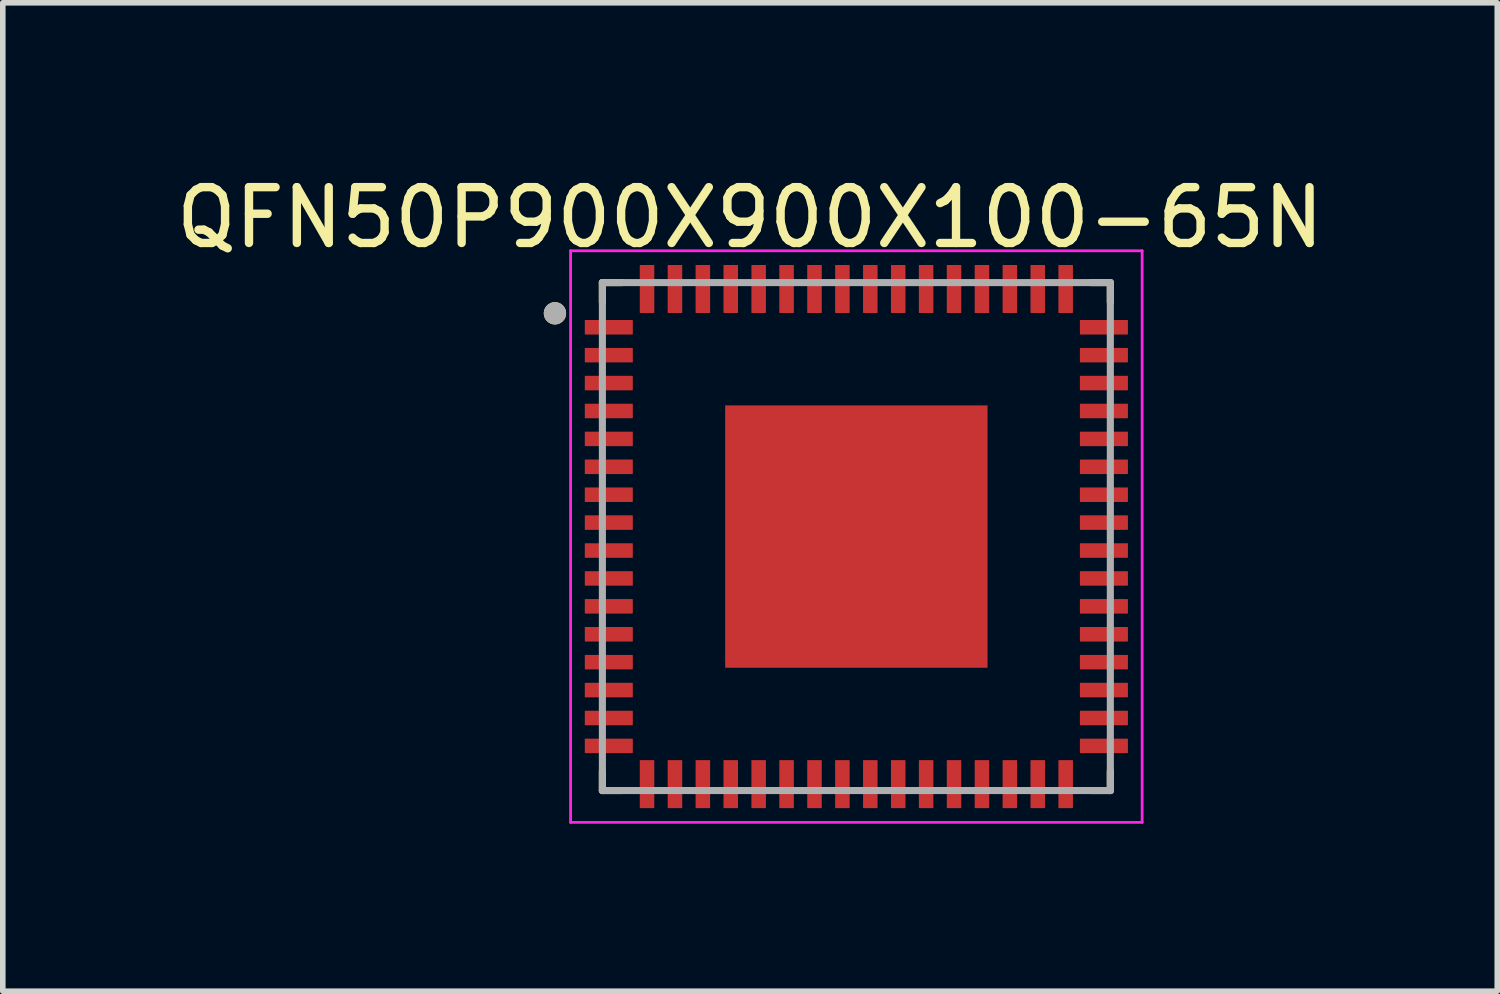
<source format=kicad_pcb>
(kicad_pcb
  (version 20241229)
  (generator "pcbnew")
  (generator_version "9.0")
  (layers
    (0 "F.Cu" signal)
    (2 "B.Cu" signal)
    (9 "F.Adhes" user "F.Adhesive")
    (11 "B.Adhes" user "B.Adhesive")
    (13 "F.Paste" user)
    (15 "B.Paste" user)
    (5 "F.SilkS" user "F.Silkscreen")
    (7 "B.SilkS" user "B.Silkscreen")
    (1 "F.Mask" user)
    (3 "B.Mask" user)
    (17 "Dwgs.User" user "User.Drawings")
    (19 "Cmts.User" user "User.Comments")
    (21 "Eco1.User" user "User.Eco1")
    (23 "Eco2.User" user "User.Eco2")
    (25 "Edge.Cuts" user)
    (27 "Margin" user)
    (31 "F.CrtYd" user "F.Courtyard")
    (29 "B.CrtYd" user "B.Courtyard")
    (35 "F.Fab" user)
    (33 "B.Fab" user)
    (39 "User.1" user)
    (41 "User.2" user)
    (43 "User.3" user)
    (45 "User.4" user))
  (footprint "QFN50P900X900X100-65N"
    (layer "F.Cu")
    (at 12.292 6.563)
    (property "Reference" "QFN50P900X900X100-65N" (at -1.905 -5.715 0) (layer "F.SilkS") (effects (font (size 1 1) (thickness 0.15))))
    (attr smd)
    (fp_line (start -4.55 -4.55) (end -4.55 -4.2) (stroke (width 0.127) (type solid)) (layer "F.SilkS"))
    (fp_line (start -4.55 4.2) (end -4.55 4.55) (stroke (width 0.127) (type solid)) (layer "F.SilkS"))
    (fp_line (start -4.2 -4.55) (end -4.55 -4.55) (stroke (width 0.127) (type solid)) (layer "F.SilkS"))
    (fp_line (start -4.2 4.55) (end -4.55 4.55) (stroke (width 0.127) (type solid)) (layer "F.SilkS"))
    (fp_line (start 4.2 -4.55) (end 4.55 -4.55) (stroke (width 0.127) (type solid)) (layer "F.SilkS"))
    (fp_line (start 4.2 4.55) (end 4.55 4.55) (stroke (width 0.127) (type solid)) (layer "F.SilkS"))
    (fp_line (start 4.55 -4.2) (end 4.55 -4.55) (stroke (width 0.127) (type solid)) (layer "F.SilkS"))
    (fp_line (start 4.55 4.2) (end 4.55 4.55) (stroke (width 0.127) (type solid)) (layer "F.SilkS"))
    (fp_circle (center -5.4 -4) (end -5.3 -4) (stroke (width 0.2) (type solid)) (fill no) (layer "F.SilkS"))
    (fp_poly (pts (xy -2.005 -2.005) (xy -0.345 -2.005) (xy -0.345 -0.345) (xy -2.005 -0.345)) (stroke (width 0.01) (type solid)) (fill yes) (layer "F.Paste"))
    (fp_poly (pts (xy -2.005 0.345) (xy -0.345 0.345) (xy -0.345 2.005) (xy -2.005 2.005)) (stroke (width 0.01) (type solid)) (fill yes) (layer "F.Paste"))
    (fp_poly (pts (xy 0.345 -2.005) (xy 2.005 -2.005) (xy 2.005 -0.345) (xy 0.345 -0.345)) (stroke (width 0.01) (type solid)) (fill yes) (layer "F.Paste"))
    (fp_poly (pts (xy 0.345 0.345) (xy 2.005 0.345) (xy 2.005 2.005) (xy 0.345 2.005)) (stroke (width 0.01) (type solid)) (fill yes) (layer "F.Paste"))
    (fp_line (start -5.12 -5.12) (end 5.12 -5.12) (stroke (width 0.05) (type solid)) (layer "F.CrtYd"))
    (fp_line (start -5.12 5.12) (end -5.12 -5.12) (stroke (width 0.05) (type solid)) (layer "F.CrtYd"))
    (fp_line (start 5.12 -5.12) (end 5.12 5.12) (stroke (width 0.05) (type solid)) (layer "F.CrtYd"))
    (fp_line (start 5.12 5.12) (end -5.12 5.12) (stroke (width 0.05) (type solid)) (layer "F.CrtYd"))
    (fp_line (start -4.55 -4.55) (end 4.55 -4.55) (stroke (width 0.127) (type solid)) (layer "F.Fab"))
    (fp_line (start -4.55 4.55) (end -4.55 -4.55) (stroke (width 0.127) (type solid)) (layer "F.Fab"))
    (fp_line (start 4.55 -4.55) (end 4.55 4.55) (stroke (width 0.127) (type solid)) (layer "F.Fab"))
    (fp_line (start 4.55 4.55) (end -4.55 4.55) (stroke (width 0.127) (type solid)) (layer "F.Fab"))
    (fp_circle (center -5.4 -4) (end -5.3 -4) (stroke (width 0.2) (type solid)) (fill no) (layer "F.Fab"))
    (pad "1" smd roundrect (at -4.435 -3.75) (size 0.86 0.26) (layers "F.Cu" "F.Mask" "F.Paste") (roundrect_rratio 0.03))
    (pad "2" smd roundrect (at -4.435 -3.25) (size 0.86 0.26) (layers "F.Cu" "F.Mask" "F.Paste") (roundrect_rratio 0.03))
    (pad "3" smd roundrect (at -4.435 -2.75) (size 0.86 0.26) (layers "F.Cu" "F.Mask" "F.Paste") (roundrect_rratio 0.03))
    (pad "4" smd roundrect (at -4.435 -2.25) (size 0.86 0.26) (layers "F.Cu" "F.Mask" "F.Paste") (roundrect_rratio 0.03))
    (pad "5" smd roundrect (at -4.435 -1.75) (size 0.86 0.26) (layers "F.Cu" "F.Mask" "F.Paste") (roundrect_rratio 0.03))
    (pad "6" smd roundrect (at -4.435 -1.25) (size 0.86 0.26) (layers "F.Cu" "F.Mask" "F.Paste") (roundrect_rratio 0.03))
    (pad "7" smd roundrect (at -4.435 -0.75) (size 0.86 0.26) (layers "F.Cu" "F.Mask" "F.Paste") (roundrect_rratio 0.03))
    (pad "8" smd roundrect (at -4.435 -0.25) (size 0.86 0.26) (layers "F.Cu" "F.Mask" "F.Paste") (roundrect_rratio 0.03))
    (pad "9" smd roundrect (at -4.435 0.25) (size 0.86 0.26) (layers "F.Cu" "F.Mask" "F.Paste") (roundrect_rratio 0.03))
    (pad "10" smd roundrect (at -4.435 0.75) (size 0.86 0.26) (layers "F.Cu" "F.Mask" "F.Paste") (roundrect_rratio 0.03))
    (pad "11" smd roundrect (at -4.435 1.25) (size 0.86 0.26) (layers "F.Cu" "F.Mask" "F.Paste") (roundrect_rratio 0.03))
    (pad "12" smd roundrect (at -4.435 1.75) (size 0.86 0.26) (layers "F.Cu" "F.Mask" "F.Paste") (roundrect_rratio 0.03))
    (pad "13" smd roundrect (at -4.435 2.25) (size 0.86 0.26) (layers "F.Cu" "F.Mask" "F.Paste") (roundrect_rratio 0.03))
    (pad "14" smd roundrect (at -4.435 2.75) (size 0.86 0.26) (layers "F.Cu" "F.Mask" "F.Paste") (roundrect_rratio 0.03))
    (pad "15" smd roundrect (at -4.435 3.25) (size 0.86 0.26) (layers "F.Cu" "F.Mask" "F.Paste") (roundrect_rratio 0.03))
    (pad "16" smd roundrect (at -4.435 3.75) (size 0.86 0.26) (layers "F.Cu" "F.Mask" "F.Paste") (roundrect_rratio 0.03))
    (pad "17" smd roundrect (at -3.75 4.435 90) (size 0.86 0.26) (layers "F.Cu" "F.Mask" "F.Paste") (roundrect_rratio 0.03))
    (pad "18" smd roundrect (at -3.25 4.435 90) (size 0.86 0.26) (layers "F.Cu" "F.Mask" "F.Paste") (roundrect_rratio 0.03))
    (pad "19" smd roundrect (at -2.75 4.435 90) (size 0.86 0.26) (layers "F.Cu" "F.Mask" "F.Paste") (roundrect_rratio 0.03))
    (pad "20" smd roundrect (at -2.25 4.435 90) (size 0.86 0.26) (layers "F.Cu" "F.Mask" "F.Paste") (roundrect_rratio 0.03))
    (pad "21" smd roundrect (at -1.75 4.435 90) (size 0.86 0.26) (layers "F.Cu" "F.Mask" "F.Paste") (roundrect_rratio 0.03))
    (pad "22" smd roundrect (at -1.25 4.435 90) (size 0.86 0.26) (layers "F.Cu" "F.Mask" "F.Paste") (roundrect_rratio 0.03))
    (pad "23" smd roundrect (at -0.75 4.435 90) (size 0.86 0.26) (layers "F.Cu" "F.Mask" "F.Paste") (roundrect_rratio 0.03))
    (pad "24" smd roundrect (at -0.25 4.435 90) (size 0.86 0.26) (layers "F.Cu" "F.Mask" "F.Paste") (roundrect_rratio 0.03))
    (pad "25" smd roundrect (at 0.25 4.435 90) (size 0.86 0.26) (layers "F.Cu" "F.Mask" "F.Paste") (roundrect_rratio 0.03))
    (pad "26" smd roundrect (at 0.75 4.435 90) (size 0.86 0.26) (layers "F.Cu" "F.Mask" "F.Paste") (roundrect_rratio 0.03))
    (pad "27" smd roundrect (at 1.25 4.435 90) (size 0.86 0.26) (layers "F.Cu" "F.Mask" "F.Paste") (roundrect_rratio 0.03))
    (pad "28" smd roundrect (at 1.75 4.435 90) (size 0.86 0.26) (layers "F.Cu" "F.Mask" "F.Paste") (roundrect_rratio 0.03))
    (pad "29" smd roundrect (at 2.25 4.435 90) (size 0.86 0.26) (layers "F.Cu" "F.Mask" "F.Paste") (roundrect_rratio 0.03))
    (pad "30" smd roundrect (at 2.75 4.435 90) (size 0.86 0.26) (layers "F.Cu" "F.Mask" "F.Paste") (roundrect_rratio 0.03))
    (pad "31" smd roundrect (at 3.25 4.435 90) (size 0.86 0.26) (layers "F.Cu" "F.Mask" "F.Paste") (roundrect_rratio 0.03))
    (pad "32" smd roundrect (at 3.75 4.435 90) (size 0.86 0.26) (layers "F.Cu" "F.Mask" "F.Paste") (roundrect_rratio 0.03))
    (pad "33" smd roundrect (at 4.435 3.75 180) (size 0.86 0.26) (layers "F.Cu" "F.Mask" "F.Paste") (roundrect_rratio 0.03))
    (pad "34" smd roundrect (at 4.435 3.25 180) (size 0.86 0.26) (layers "F.Cu" "F.Mask" "F.Paste") (roundrect_rratio 0.03))
    (pad "35" smd roundrect (at 4.435 2.75 180) (size 0.86 0.26) (layers "F.Cu" "F.Mask" "F.Paste") (roundrect_rratio 0.03))
    (pad "36" smd roundrect (at 4.435 2.25 180) (size 0.86 0.26) (layers "F.Cu" "F.Mask" "F.Paste") (roundrect_rratio 0.03))
    (pad "37" smd roundrect (at 4.435 1.75 180) (size 0.86 0.26) (layers "F.Cu" "F.Mask" "F.Paste") (roundrect_rratio 0.03))
    (pad "38" smd roundrect (at 4.435 1.25 180) (size 0.86 0.26) (layers "F.Cu" "F.Mask" "F.Paste") (roundrect_rratio 0.03))
    (pad "39" smd roundrect (at 4.435 0.75 180) (size 0.86 0.26) (layers "F.Cu" "F.Mask" "F.Paste") (roundrect_rratio 0.03))
    (pad "40" smd roundrect (at 4.435 0.25 180) (size 0.86 0.26) (layers "F.Cu" "F.Mask" "F.Paste") (roundrect_rratio 0.03))
    (pad "41" smd roundrect (at 4.435 -0.25 180) (size 0.86 0.26) (layers "F.Cu" "F.Mask" "F.Paste") (roundrect_rratio 0.03))
    (pad "42" smd roundrect (at 4.435 -0.75 180) (size 0.86 0.26) (layers "F.Cu" "F.Mask" "F.Paste") (roundrect_rratio 0.03))
    (pad "43" smd roundrect (at 4.435 -1.25 180) (size 0.86 0.26) (layers "F.Cu" "F.Mask" "F.Paste") (roundrect_rratio 0.03))
    (pad "44" smd roundrect (at 4.435 -1.75 180) (size 0.86 0.26) (layers "F.Cu" "F.Mask" "F.Paste") (roundrect_rratio 0.03))
    (pad "45" smd roundrect (at 4.435 -2.25 180) (size 0.86 0.26) (layers "F.Cu" "F.Mask" "F.Paste") (roundrect_rratio 0.03))
    (pad "46" smd roundrect (at 4.435 -2.75 180) (size 0.86 0.26) (layers "F.Cu" "F.Mask" "F.Paste") (roundrect_rratio 0.03))
    (pad "47" smd roundrect (at 4.435 -3.25 180) (size 0.86 0.26) (layers "F.Cu" "F.Mask" "F.Paste") (roundrect_rratio 0.03))
    (pad "48" smd roundrect (at 4.435 -3.75 180) (size 0.86 0.26) (layers "F.Cu" "F.Mask" "F.Paste") (roundrect_rratio 0.03))
    (pad "49" smd roundrect (at 3.75 -4.435 270) (size 0.86 0.26) (layers "F.Cu" "F.Mask" "F.Paste") (roundrect_rratio 0.03))
    (pad "50" smd roundrect (at 3.25 -4.435 270) (size 0.86 0.26) (layers "F.Cu" "F.Mask" "F.Paste") (roundrect_rratio 0.03))
    (pad "51" smd roundrect (at 2.75 -4.435 270) (size 0.86 0.26) (layers "F.Cu" "F.Mask" "F.Paste") (roundrect_rratio 0.03))
    (pad "52" smd roundrect (at 2.25 -4.435 270) (size 0.86 0.26) (layers "F.Cu" "F.Mask" "F.Paste") (roundrect_rratio 0.03))
    (pad "53" smd roundrect (at 1.75 -4.435 270) (size 0.86 0.26) (layers "F.Cu" "F.Mask" "F.Paste") (roundrect_rratio 0.03))
    (pad "54" smd roundrect (at 1.25 -4.435 270) (size 0.86 0.26) (layers "F.Cu" "F.Mask" "F.Paste") (roundrect_rratio 0.03))
    (pad "55" smd roundrect (at 0.75 -4.435 270) (size 0.86 0.26) (layers "F.Cu" "F.Mask" "F.Paste") (roundrect_rratio 0.03))
    (pad "56" smd roundrect (at 0.25 -4.435 270) (size 0.86 0.26) (layers "F.Cu" "F.Mask" "F.Paste") (roundrect_rratio 0.03))
    (pad "57" smd roundrect (at -0.25 -4.435 270) (size 0.86 0.26) (layers "F.Cu" "F.Mask" "F.Paste") (roundrect_rratio 0.03))
    (pad "58" smd roundrect (at -0.75 -4.435 270) (size 0.86 0.26) (layers "F.Cu" "F.Mask" "F.Paste") (roundrect_rratio 0.03))
    (pad "59" smd roundrect (at -1.25 -4.435 270) (size 0.86 0.26) (layers "F.Cu" "F.Mask" "F.Paste") (roundrect_rratio 0.03))
    (pad "60" smd roundrect (at -1.75 -4.435 270) (size 0.86 0.26) (layers "F.Cu" "F.Mask" "F.Paste") (roundrect_rratio 0.03))
    (pad "61" smd roundrect (at -2.25 -4.435 270) (size 0.86 0.26) (layers "F.Cu" "F.Mask" "F.Paste") (roundrect_rratio 0.03))
    (pad "62" smd roundrect (at -2.75 -4.435 270) (size 0.86 0.26) (layers "F.Cu" "F.Mask" "F.Paste") (roundrect_rratio 0.03))
    (pad "63" smd roundrect (at -3.25 -4.435 270) (size 0.86 0.26) (layers "F.Cu" "F.Mask" "F.Paste") (roundrect_rratio 0.03))
    (pad "64" smd roundrect (at -3.75 -4.435 270) (size 0.86 0.26) (layers "F.Cu" "F.Mask" "F.Paste") (roundrect_rratio 0.03))
    (pad "65" smd rect (at 0 0) (size 4.7 4.7) (layers "F.Cu" "F.Mask")))
  (gr_rect
    (start -3 -3)
    (end 23.774 14.708)
    (stroke (width 0.1) (type default))
    (fill no)
    (layer "Edge.Cuts")))
</source>
